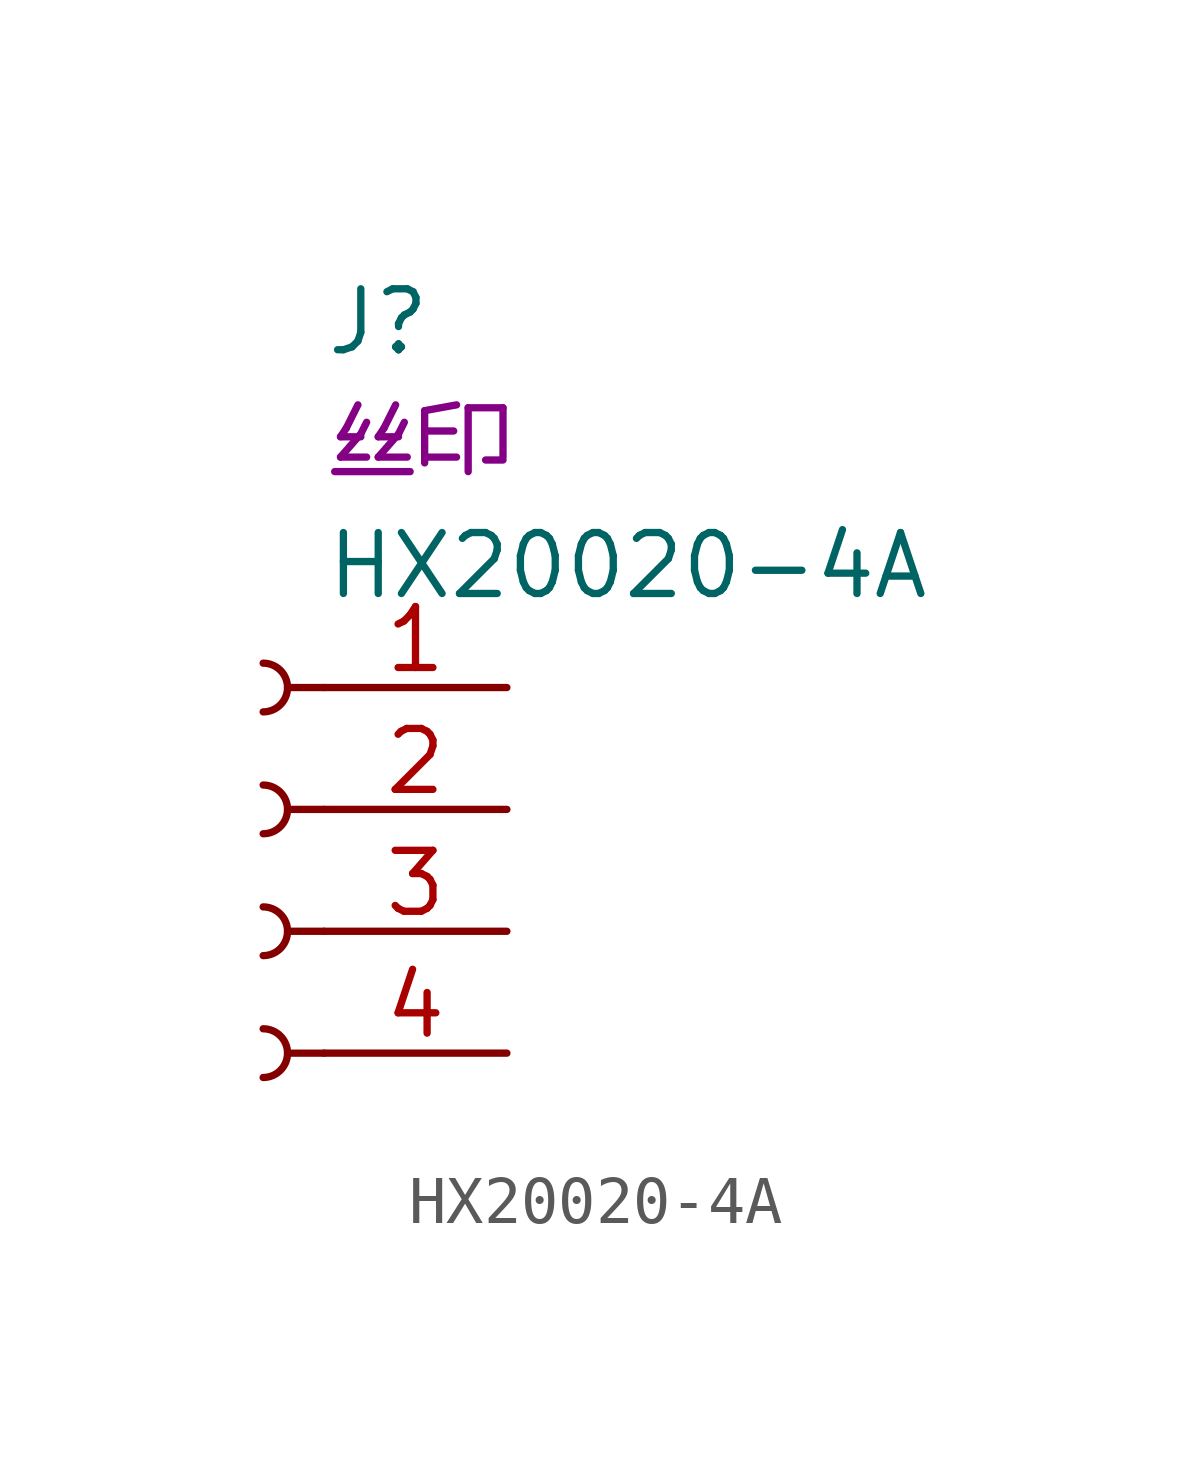
<source format=kicad_sym>
(kicad_symbol_lib
  (version 20220914)
  (generator kicad_symbol_editor)
  (symbol "HX20020-4A"
    (pin_names
      (offset 1.016) hide)
    (property "Reference" "J"
      (at 0 11.43 0)
      (do_not_autoplace)
      (effects (font (size 1.27 1.27)) (justify left)))
    (property "Value" "HX20020-4A"
      (at 0 6.35 0)
      (do_not_autoplace)
      (effects (font (size 1.27 1.27)) (justify left)))
    (property "丝印" "丝印"
      (at 0 8.89 0)
      (do_not_autoplace)
      (effects (font (size 1.27 1.27)) (justify left)))
    (symbol "HX20020-4A_1_1"
      (arc (start -1.27 -4.318) (mid -0.7642 -3.81) (end -1.27 -3.302) (stroke (width 0.1524) (type default)) (fill (type none)))
      (arc (start -1.27 -1.778) (mid -0.7642 -1.27) (end -1.27 -0.762) (stroke (width 0.1524) (type default)) (fill (type none)))
      (arc (start -1.27 0.762) (mid -0.7642 1.27) (end -1.27 1.778) (stroke (width 0.1524) (type default)) (fill (type none)))
      (arc (start -1.27 3.302) (mid -0.7642 3.81) (end -1.27 4.318) (stroke (width 0.1524) (type default)) (fill (type none)))
      (polyline (pts (xy 0 -3.81) (xy -0.762 -3.81)) (stroke (width 0.152) (type default)) (fill (type none)))
      (polyline (pts (xy 0 -1.27) (xy -0.762 -1.27)) (stroke (width 0.152) (type default)) (fill (type none)))
      (polyline (pts (xy 0 1.27) (xy -0.762 1.27)) (stroke (width 0.152) (type default)) (fill (type none)))
      (polyline (pts (xy 0 3.81) (xy -0.762 3.81)) (stroke (width 0.152) (type default)) (fill (type none)))
      (pin passive line (at 3.81 3.81 180) (length 3.81) (name "Pin_1" (effects (font (size 1.27 1.27)))) (number "1" (effects (font (size 1.27 1.27)))))
      (pin passive line (at 3.81 1.27 180) (length 3.81) (name "Pin_2" (effects (font (size 1.27 1.27)))) (number "2" (effects (font (size 1.27 1.27)))))
      (pin passive line (at 3.81 -1.27 180) (length 3.81) (name "Pin_3" (effects (font (size 1.27 1.27)))) (number "3" (effects (font (size 1.27 1.27)))))
      (pin passive line (at 3.81 -3.81 180) (length 3.81) (name "Pin_4" (effects (font (size 1.27 1.27)))) (number "4" (effects (font (size 1.27 1.27))))))))
</source>
